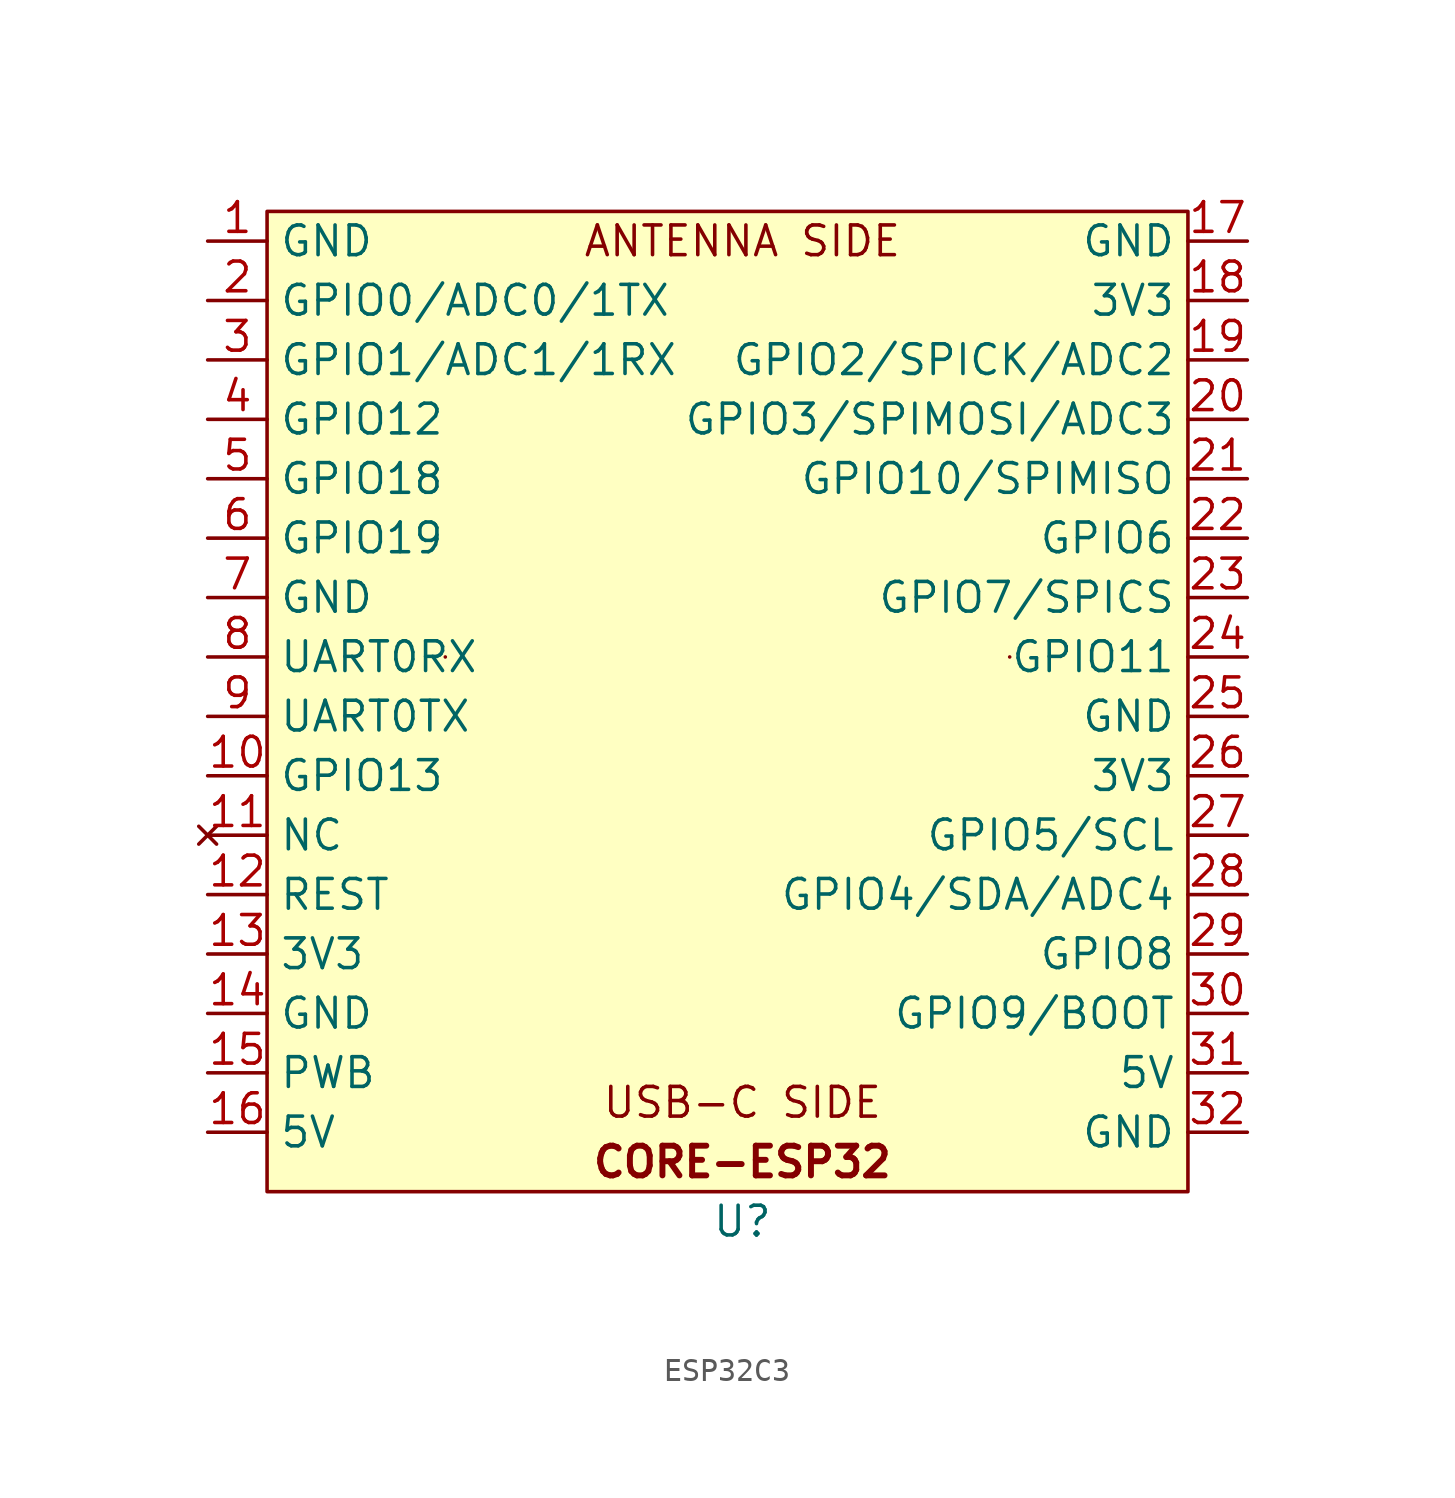
<source format=kicad_sym>
(kicad_symbol_lib
  (version 20220914)
  (generator kicad_symbol_editor)
  (symbol "ESP32C3"
    (property "Reference" "U"
      (at 0 -21.59 0)
      (effects (font (size 1.27 1.27))))
    (property "Value" ""
      (at -12.7 0 0)
      (effects (font (size 1.27 1.27))))
    (symbol "ESP32C3_0_1"
      (rectangle (start -12.7 2.54) (end -12.7 2.54) (stroke (width 0) (type default)) (fill (type none)))
      (rectangle (start 11.43 2.54) (end 11.43 2.54) (stroke (width 0) (type default)) (fill (type none))))
    (symbol "ESP32C3_1_1"
      (rectangle (start -20.32 21.59) (end 19.05 -20.32) (stroke (width 0) (type default)) (fill (type background)))
      (text "ANTENNA SIDE" (at 0 20.32 0) (effects (font (size 1.27 1.27))))
      (text "CORE-ESP32" (at 0 -19.05 0) (effects (font (size 1.27 1.27) bold)))
      (text "USB-C SIDE" (at 0 -16.51 0) (effects (font (size 1.27 1.27))))
      (pin power_in line (at -22.86 20.32 0) (length 2.54) (name "GND" (effects (font (size 1.27 1.27)))) (number "1" (effects (font (size 1.27 1.27)))))
      (pin bidirectional line (at -22.86 -2.54 0) (length 2.54) (name "GPIO13" (effects (font (size 1.27 1.27)))) (number "10" (effects (font (size 1.27 1.27)))))
      (pin no_connect line (at -22.86 -5.08 0) (length 2.54) (name "NC" (effects (font (size 1.27 1.27)))) (number "11" (effects (font (size 1.27 1.27)))))
      (pin bidirectional line (at -22.86 -7.62 0) (length 2.54) (name "REST" (effects (font (size 1.27 1.27)))) (number "12" (effects (font (size 1.27 1.27)))))
      (pin power_out line (at -22.86 -10.16 0) (length 2.54) (name "3V3" (effects (font (size 1.27 1.27)))) (number "13" (effects (font (size 1.27 1.27)))) (alternate "3V3_IN" power_in line))
      (pin power_in line (at -22.86 -12.7 0) (length 2.54) (name "GND" (effects (font (size 1.27 1.27)))) (number "14" (effects (font (size 1.27 1.27)))))
      (pin bidirectional line (at -22.86 -15.24 0) (length 2.54) (name "PWB" (effects (font (size 1.27 1.27)))) (number "15" (effects (font (size 1.27 1.27)))))
      (pin power_out line (at -22.86 -17.78 0) (length 2.54) (name "5V" (effects (font (size 1.27 1.27)))) (number "16" (effects (font (size 1.27 1.27)))) (alternate "5V_IN" power_in line))
      (pin power_in line (at 21.59 20.32 180) (length 2.54) (name "GND" (effects (font (size 1.27 1.27)))) (number "17" (effects (font (size 1.27 1.27)))))
      (pin power_out line (at 21.59 17.78 180) (length 2.54) (name "3V3" (effects (font (size 1.27 1.27)))) (number "18" (effects (font (size 1.27 1.27)))) (alternate "3V3_IN" power_in line))
      (pin bidirectional line (at 21.59 15.24 180) (length 2.54) (name "GPIO2/SPICK/ADC2" (effects (font (size 1.27 1.27)))) (number "19" (effects (font (size 1.27 1.27)))))
      (pin bidirectional line (at -22.86 17.78 0) (length 2.54) (name "GPIO0/ADC0/1TX" (effects (font (size 1.27 1.27)))) (number "2" (effects (font (size 1.27 1.27)))))
      (pin bidirectional line (at 21.59 12.7 180) (length 2.54) (name "GPIO3/SPIMOSI/ADC3" (effects (font (size 1.27 1.27)))) (number "20" (effects (font (size 1.27 1.27)))))
      (pin bidirectional line (at 21.59 10.16 180) (length 2.54) (name "GPIO10/SPIMISO" (effects (font (size 1.27 1.27)))) (number "21" (effects (font (size 1.27 1.27)))))
      (pin bidirectional line (at 21.59 7.62 180) (length 2.54) (name "GPIO6" (effects (font (size 1.27 1.27)))) (number "22" (effects (font (size 1.27 1.27)))))
      (pin bidirectional line (at 21.59 5.08 180) (length 2.54) (name "GPIO7/SPICS" (effects (font (size 1.27 1.27)))) (number "23" (effects (font (size 1.27 1.27)))))
      (pin bidirectional line (at 21.59 2.54 180) (length 2.54) (name "GPIO11" (effects (font (size 1.27 1.27)))) (number "24" (effects (font (size 1.27 1.27)))))
      (pin power_in line (at 21.59 0 180) (length 2.54) (name "GND" (effects (font (size 1.27 1.27)))) (number "25" (effects (font (size 1.27 1.27)))))
      (pin power_out line (at 21.59 -2.54 180) (length 2.54) (name "3V3" (effects (font (size 1.27 1.27)))) (number "26" (effects (font (size 1.27 1.27)))) (alternate "3V3_IN" power_in line))
      (pin bidirectional line (at 21.59 -5.08 180) (length 2.54) (name "GPIO5/SCL" (effects (font (size 1.27 1.27)))) (number "27" (effects (font (size 1.27 1.27)))))
      (pin bidirectional line (at 21.59 -7.62 180) (length 2.54) (name "GPIO4/SDA/ADC4" (effects (font (size 1.27 1.27)))) (number "28" (effects (font (size 1.27 1.27)))))
      (pin bidirectional line (at 21.59 -10.16 180) (length 2.54) (name "GPIO8" (effects (font (size 1.27 1.27)))) (number "29" (effects (font (size 1.27 1.27)))))
      (pin bidirectional line (at -22.86 15.24 0) (length 2.54) (name "GPIO1/ADC1/1RX" (effects (font (size 1.27 1.27)))) (number "3" (effects (font (size 1.27 1.27)))))
      (pin bidirectional line (at 21.59 -12.7 180) (length 2.54) (name "GPIO9/BOOT" (effects (font (size 1.27 1.27)))) (number "30" (effects (font (size 1.27 1.27)))))
      (pin power_out line (at 21.59 -15.24 180) (length 2.54) (name "5V" (effects (font (size 1.27 1.27)))) (number "31" (effects (font (size 1.27 1.27)))) (alternate "5V_IN" power_in line))
      (pin power_in line (at 21.59 -17.78 180) (length 2.54) (name "GND" (effects (font (size 1.27 1.27)))) (number "32" (effects (font (size 1.27 1.27)))))
      (pin bidirectional line (at -22.86 12.7 0) (length 2.54) (name "GPIO12" (effects (font (size 1.27 1.27)))) (number "4" (effects (font (size 1.27 1.27)))))
      (pin bidirectional line (at -22.86 10.16 0) (length 2.54) (name "GPIO18" (effects (font (size 1.27 1.27)))) (number "5" (effects (font (size 1.27 1.27)))))
      (pin bidirectional line (at -22.86 7.62 0) (length 2.54) (name "GPIO19" (effects (font (size 1.27 1.27)))) (number "6" (effects (font (size 1.27 1.27)))))
      (pin power_in line (at -22.86 5.08 0) (length 2.54) (name "GND" (effects (font (size 1.27 1.27)))) (number "7" (effects (font (size 1.27 1.27)))))
      (pin input line (at -22.86 2.54 0) (length 2.54) (name "UART0RX" (effects (font (size 1.27 1.27)))) (number "8" (effects (font (size 1.27 1.27)))))
      (pin output line (at -22.86 0 0) (length 2.54) (name "UART0TX" (effects (font (size 1.27 1.27)))) (number "9" (effects (font (size 1.27 1.27))))))))
</source>
